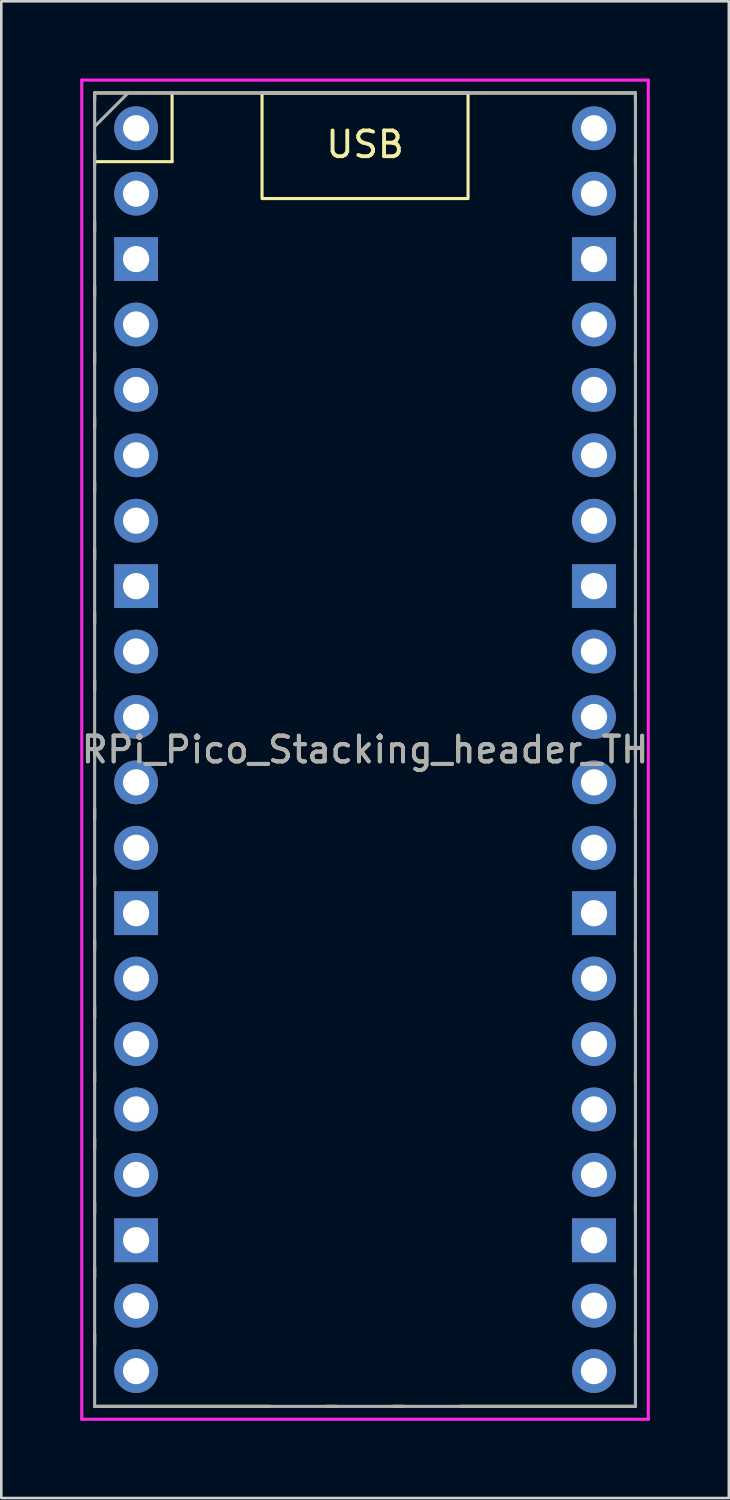
<source format=kicad_pcb>
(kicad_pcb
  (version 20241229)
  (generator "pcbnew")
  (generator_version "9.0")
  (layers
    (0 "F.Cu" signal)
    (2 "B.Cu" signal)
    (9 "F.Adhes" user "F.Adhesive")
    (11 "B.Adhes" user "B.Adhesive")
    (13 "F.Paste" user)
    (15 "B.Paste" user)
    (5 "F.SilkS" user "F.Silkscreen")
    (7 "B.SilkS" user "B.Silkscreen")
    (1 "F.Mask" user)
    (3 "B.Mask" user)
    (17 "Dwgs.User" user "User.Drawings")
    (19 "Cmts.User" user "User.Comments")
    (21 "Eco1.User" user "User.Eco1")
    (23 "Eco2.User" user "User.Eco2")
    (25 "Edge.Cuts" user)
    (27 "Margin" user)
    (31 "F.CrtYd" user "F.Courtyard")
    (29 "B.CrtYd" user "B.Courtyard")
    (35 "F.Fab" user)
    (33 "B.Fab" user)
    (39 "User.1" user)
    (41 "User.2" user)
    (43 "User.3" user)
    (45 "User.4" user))
  (footprint "RPi_Pico_Stacking_header_TH"
    (layer "F.Cu")
    (at 11.125 26.06)
    (property "Reference" "RPi_Pico_Stacking_header_TH" (at 0 0 0) (layer "F.SilkS") (effects (font (size 1 1) (thickness 0.15))))
    (attr through_hole)
    (fp_line (start -10.5 -25.5) (end -10.5 -25.2) (stroke (width 0.12) (type solid)) (layer "F.SilkS"))
    (fp_line (start -10.5 -25.5) (end 10.5 -25.5) (stroke (width 0.12) (type solid)) (layer "F.SilkS"))
    (fp_line (start -10.5 -23.1) (end -10.5 -22.7) (stroke (width 0.12) (type solid)) (layer "F.SilkS"))
    (fp_line (start -10.5 -22.833) (end -7.493 -22.833) (stroke (width 0.12) (type solid)) (layer "F.SilkS"))
    (fp_line (start -10.5 -20.5) (end -10.5 -20.1) (stroke (width 0.12) (type solid)) (layer "F.SilkS"))
    (fp_line (start -10.5 -18) (end -10.5 -17.6) (stroke (width 0.12) (type solid)) (layer "F.SilkS"))
    (fp_line (start -10.5 -15.4) (end -10.5 -15) (stroke (width 0.12) (type solid)) (layer "F.SilkS"))
    (fp_line (start -10.5 -12.9) (end -10.5 -12.5) (stroke (width 0.12) (type solid)) (layer "F.SilkS"))
    (fp_line (start -10.5 -10.4) (end -10.5 -10) (stroke (width 0.12) (type solid)) (layer "F.SilkS"))
    (fp_line (start -10.5 -7.8) (end -10.5 -7.4) (stroke (width 0.12) (type solid)) (layer "F.SilkS"))
    (fp_line (start -10.5 -5.3) (end -10.5 -4.9) (stroke (width 0.12) (type solid)) (layer "F.SilkS"))
    (fp_line (start -10.5 -2.7) (end -10.5 -2.3) (stroke (width 0.12) (type solid)) (layer "F.SilkS"))
    (fp_line (start -10.5 -0.2) (end -10.5 0.2) (stroke (width 0.12) (type solid)) (layer "F.SilkS"))
    (fp_line (start -10.5 2.3) (end -10.5 2.7) (stroke (width 0.12) (type solid)) (layer "F.SilkS"))
    (fp_line (start -10.5 4.9) (end -10.5 5.3) (stroke (width 0.12) (type solid)) (layer "F.SilkS"))
    (fp_line (start -10.5 7.4) (end -10.5 7.8) (stroke (width 0.12) (type solid)) (layer "F.SilkS"))
    (fp_line (start -10.5 10) (end -10.5 10.4) (stroke (width 0.12) (type solid)) (layer "F.SilkS"))
    (fp_line (start -10.5 12.5) (end -10.5 12.9) (stroke (width 0.12) (type solid)) (layer "F.SilkS"))
    (fp_line (start -10.5 15.1) (end -10.5 15.5) (stroke (width 0.12) (type solid)) (layer "F.SilkS"))
    (fp_line (start -10.5 17.6) (end -10.5 18) (stroke (width 0.12) (type solid)) (layer "F.SilkS"))
    (fp_line (start -10.5 20.1) (end -10.5 20.5) (stroke (width 0.12) (type solid)) (layer "F.SilkS"))
    (fp_line (start -10.5 22.7) (end -10.5 23.1) (stroke (width 0.12) (type solid)) (layer "F.SilkS"))
    (fp_line (start -7.493 -22.833) (end -7.493 -25.5) (stroke (width 0.12) (type solid)) (layer "F.SilkS"))
    (fp_line (start -3.7 25.5) (end -10.5 25.5) (stroke (width 0.12) (type solid)) (layer "F.SilkS"))
    (fp_line (start -1.5 25.5) (end -1.1 25.5) (stroke (width 0.12) (type solid)) (layer "F.SilkS"))
    (fp_line (start 1.1 25.5) (end 1.5 25.5) (stroke (width 0.12) (type solid)) (layer "F.SilkS"))
    (fp_line (start 10.5 -25.5) (end 10.5 -25.2) (stroke (width 0.12) (type solid)) (layer "F.SilkS"))
    (fp_line (start 10.5 -23.1) (end 10.5 -22.7) (stroke (width 0.12) (type solid)) (layer "F.SilkS"))
    (fp_line (start 10.5 -20.5) (end 10.5 -20.1) (stroke (width 0.12) (type solid)) (layer "F.SilkS"))
    (fp_line (start 10.5 -18) (end 10.5 -17.6) (stroke (width 0.12) (type solid)) (layer "F.SilkS"))
    (fp_line (start 10.5 -15.4) (end 10.5 -15) (stroke (width 0.12) (type solid)) (layer "F.SilkS"))
    (fp_line (start 10.5 -12.9) (end 10.5 -12.5) (stroke (width 0.12) (type solid)) (layer "F.SilkS"))
    (fp_line (start 10.5 -10.4) (end 10.5 -10) (stroke (width 0.12) (type solid)) (layer "F.SilkS"))
    (fp_line (start 10.5 -7.8) (end 10.5 -7.4) (stroke (width 0.12) (type solid)) (layer "F.SilkS"))
    (fp_line (start 10.5 -5.3) (end 10.5 -4.9) (stroke (width 0.12) (type solid)) (layer "F.SilkS"))
    (fp_line (start 10.5 -2.7) (end 10.5 -2.3) (stroke (width 0.12) (type solid)) (layer "F.SilkS"))
    (fp_line (start 10.5 -0.2) (end 10.5 0.2) (stroke (width 0.12) (type solid)) (layer "F.SilkS"))
    (fp_line (start 10.5 2.3) (end 10.5 2.7) (stroke (width 0.12) (type solid)) (layer "F.SilkS"))
    (fp_line (start 10.5 4.9) (end 10.5 5.3) (stroke (width 0.12) (type solid)) (layer "F.SilkS"))
    (fp_line (start 10.5 7.4) (end 10.5 7.8) (stroke (width 0.12) (type solid)) (layer "F.SilkS"))
    (fp_line (start 10.5 10) (end 10.5 10.4) (stroke (width 0.12) (type solid)) (layer "F.SilkS"))
    (fp_line (start 10.5 12.5) (end 10.5 12.9) (stroke (width 0.12) (type solid)) (layer "F.SilkS"))
    (fp_line (start 10.5 15.1) (end 10.5 15.5) (stroke (width 0.12) (type solid)) (layer "F.SilkS"))
    (fp_line (start 10.5 17.6) (end 10.5 18) (stroke (width 0.12) (type solid)) (layer "F.SilkS"))
    (fp_line (start 10.5 20.1) (end 10.5 20.5) (stroke (width 0.12) (type solid)) (layer "F.SilkS"))
    (fp_line (start 10.5 22.7) (end 10.5 23.1) (stroke (width 0.12) (type solid)) (layer "F.SilkS"))
    (fp_line (start 10.5 25.5) (end 3.7 25.5) (stroke (width 0.12) (type solid)) (layer "F.SilkS"))
    (fp_rect (start -4 -25.5) (end 4 -21.4) (stroke (width 0.12) (type solid)) (fill no) (layer "F.SilkS"))
    (fp_line (start -11 -26) (end 11 -26) (stroke (width 0.12) (type solid)) (layer "F.CrtYd"))
    (fp_line (start -11 26) (end -11 -26) (stroke (width 0.12) (type solid)) (layer "F.CrtYd"))
    (fp_line (start 11 -26) (end 11 26) (stroke (width 0.12) (type solid)) (layer "F.CrtYd"))
    (fp_line (start 11 26) (end -11 26) (stroke (width 0.12) (type solid)) (layer "F.CrtYd"))
    (fp_line (start -10.5 -25.5) (end 10.5 -25.5) (stroke (width 0.12) (type solid)) (layer "F.Fab"))
    (fp_line (start -10.5 -24.2) (end -9.2 -25.5) (stroke (width 0.12) (type solid)) (layer "F.Fab"))
    (fp_line (start -10.5 25.5) (end -10.5 -25.5) (stroke (width 0.12) (type solid)) (layer "F.Fab"))
    (fp_line (start 10.5 -25.5) (end 10.5 25.5) (stroke (width 0.12) (type solid)) (layer "F.Fab"))
    (fp_line (start 10.5 25.5) (end -10.5 25.5) (stroke (width 0.12) (type solid)) (layer "F.Fab"))
    (fp_text user "USB" (at 0 -23.5 0) (unlocked yes) (layer "F.SilkS") (effects (font (size 1 1) (thickness 0.15))))
    (fp_text user "${REFERENCE}" (at 0 0 180) (layer "F.Fab") (effects (font (size 1 1) (thickness 0.15))))
    (pad "" smd oval (at -2.54 23.9) (size 1.7 1.7) (layers "F.Paste"))
    (pad "" smd rect (at 0 23.9) (size 1.7 1.7) (layers "F.Paste"))
    (pad "" smd oval (at 2.54 23.9) (size 1.7 1.7) (layers "F.Paste"))
    (pad "1" thru_hole oval (at -8.89 -24.13) (size 1.7 1.7) (drill 1.02) (layers "*.Cu" "*.Mask"))
    (pad "2" thru_hole oval (at -8.89 -21.59) (size 1.7 1.7) (drill 1.02) (layers "*.Cu" "*.Mask"))
    (pad "3" thru_hole rect (at -8.89 -19.05) (size 1.7 1.7) (drill 1.02) (layers "*.Cu" "*.Mask"))
    (pad "4" thru_hole oval (at -8.89 -16.51) (size 1.7 1.7) (drill 1.02) (layers "*.Cu" "*.Mask"))
    (pad "5" thru_hole oval (at -8.89 -13.97) (size 1.7 1.7) (drill 1.02) (layers "*.Cu" "*.Mask"))
    (pad "6" thru_hole oval (at -8.89 -11.43) (size 1.7 1.7) (drill 1.02) (layers "*.Cu" "*.Mask"))
    (pad "7" thru_hole oval (at -8.89 -8.89) (size 1.7 1.7) (drill 1.02) (layers "*.Cu" "*.Mask"))
    (pad "8" thru_hole rect (at -8.89 -6.35) (size 1.7 1.7) (drill 1.02) (layers "*.Cu" "*.Mask"))
    (pad "9" thru_hole oval (at -8.89 -3.81) (size 1.7 1.7) (drill 1.02) (layers "*.Cu" "*.Mask"))
    (pad "10" thru_hole oval (at -8.89 -1.27) (size 1.7 1.7) (drill 1.02) (layers "*.Cu" "*.Mask"))
    (pad "11" thru_hole oval (at -8.89 1.27) (size 1.7 1.7) (drill 1.02) (layers "*.Cu" "*.Mask"))
    (pad "12" thru_hole oval (at -8.89 3.81) (size 1.7 1.7) (drill 1.02) (layers "*.Cu" "*.Mask"))
    (pad "13" thru_hole rect (at -8.89 6.35) (size 1.7 1.7) (drill 1.02) (layers "*.Cu" "*.Mask"))
    (pad "14" thru_hole oval (at -8.89 8.89) (size 1.7 1.7) (drill 1.02) (layers "*.Cu" "*.Mask"))
    (pad "15" thru_hole oval (at -8.89 11.43) (size 1.7 1.7) (drill 1.02) (layers "*.Cu" "*.Mask"))
    (pad "16" thru_hole oval (at -8.89 13.97) (size 1.7 1.7) (drill 1.02) (layers "*.Cu" "*.Mask"))
    (pad "17" thru_hole oval (at -8.89 16.51) (size 1.7 1.7) (drill 1.02) (layers "*.Cu" "*.Mask"))
    (pad "18" thru_hole rect (at -8.89 19.05) (size 1.7 1.7) (drill 1.02) (layers "*.Cu" "*.Mask"))
    (pad "19" thru_hole oval (at -8.89 21.59) (size 1.7 1.7) (drill 1.02) (layers "*.Cu" "*.Mask"))
    (pad "20" thru_hole oval (at -8.89 24.13) (size 1.7 1.7) (drill 1.02) (layers "*.Cu" "*.Mask"))
    (pad "21" thru_hole oval (at 8.89 24.13) (size 1.7 1.7) (drill 1.02) (layers "*.Cu" "*.Mask"))
    (pad "22" thru_hole oval (at 8.89 21.59) (size 1.7 1.7) (drill 1.02) (layers "*.Cu" "*.Mask"))
    (pad "23" thru_hole rect (at 8.89 19.05) (size 1.7 1.7) (drill 1.02) (layers "*.Cu" "*.Mask"))
    (pad "24" thru_hole oval (at 8.89 16.51) (size 1.7 1.7) (drill 1.02) (layers "*.Cu" "*.Mask"))
    (pad "25" thru_hole oval (at 8.89 13.97) (size 1.7 1.7) (drill 1.02) (layers "*.Cu" "*.Mask"))
    (pad "26" thru_hole oval (at 8.89 11.43) (size 1.7 1.7) (drill 1.02) (layers "*.Cu" "*.Mask"))
    (pad "27" thru_hole oval (at 8.89 8.89) (size 1.7 1.7) (drill 1.02) (layers "*.Cu" "*.Mask"))
    (pad "28" thru_hole rect (at 8.89 6.35) (size 1.7 1.7) (drill 1.02) (layers "*.Cu" "*.Mask"))
    (pad "29" thru_hole oval (at 8.89 3.81) (size 1.7 1.7) (drill 1.02) (layers "*.Cu" "*.Mask"))
    (pad "30" thru_hole oval (at 8.89 1.27) (size 1.7 1.7) (drill 1.02) (layers "*.Cu" "*.Mask"))
    (pad "31" thru_hole oval (at 8.89 -1.27) (size 1.7 1.7) (drill 1.02) (layers "*.Cu" "*.Mask"))
    (pad "32" thru_hole oval (at 8.89 -3.81) (size 1.7 1.7) (drill 1.02) (layers "*.Cu" "*.Mask"))
    (pad "33" thru_hole rect (at 8.89 -6.35) (size 1.7 1.7) (drill 1.02) (layers "*.Cu" "*.Mask"))
    (pad "34" thru_hole oval (at 8.89 -8.89) (size 1.7 1.7) (drill 1.02) (layers "*.Cu" "*.Mask"))
    (pad "35" thru_hole oval (at 8.89 -11.43) (size 1.7 1.7) (drill 1.02) (layers "*.Cu" "*.Mask"))
    (pad "36" thru_hole oval (at 8.89 -13.97) (size 1.7 1.7) (drill 1.02) (layers "*.Cu" "*.Mask"))
    (pad "37" thru_hole oval (at 8.89 -16.51) (size 1.7 1.7) (drill 1.02) (layers "*.Cu" "*.Mask"))
    (pad "38" thru_hole rect (at 8.89 -19.05) (size 1.7 1.7) (drill 1.02) (layers "*.Cu" "*.Mask"))
    (pad "39" thru_hole oval (at 8.89 -21.59) (size 1.7 1.7) (drill 1.02) (layers "*.Cu" "*.Mask"))
    (pad "40" thru_hole oval (at 8.89 -24.13) (size 1.7 1.7) (drill 1.02) (layers "*.Cu" "*.Mask")))
  (gr_rect
    (start -3 -3)
    (end 25.25 55.12)
    (stroke (width 0.1) (type default))
    (fill no)
    (layer "Edge.Cuts")))
</source>
